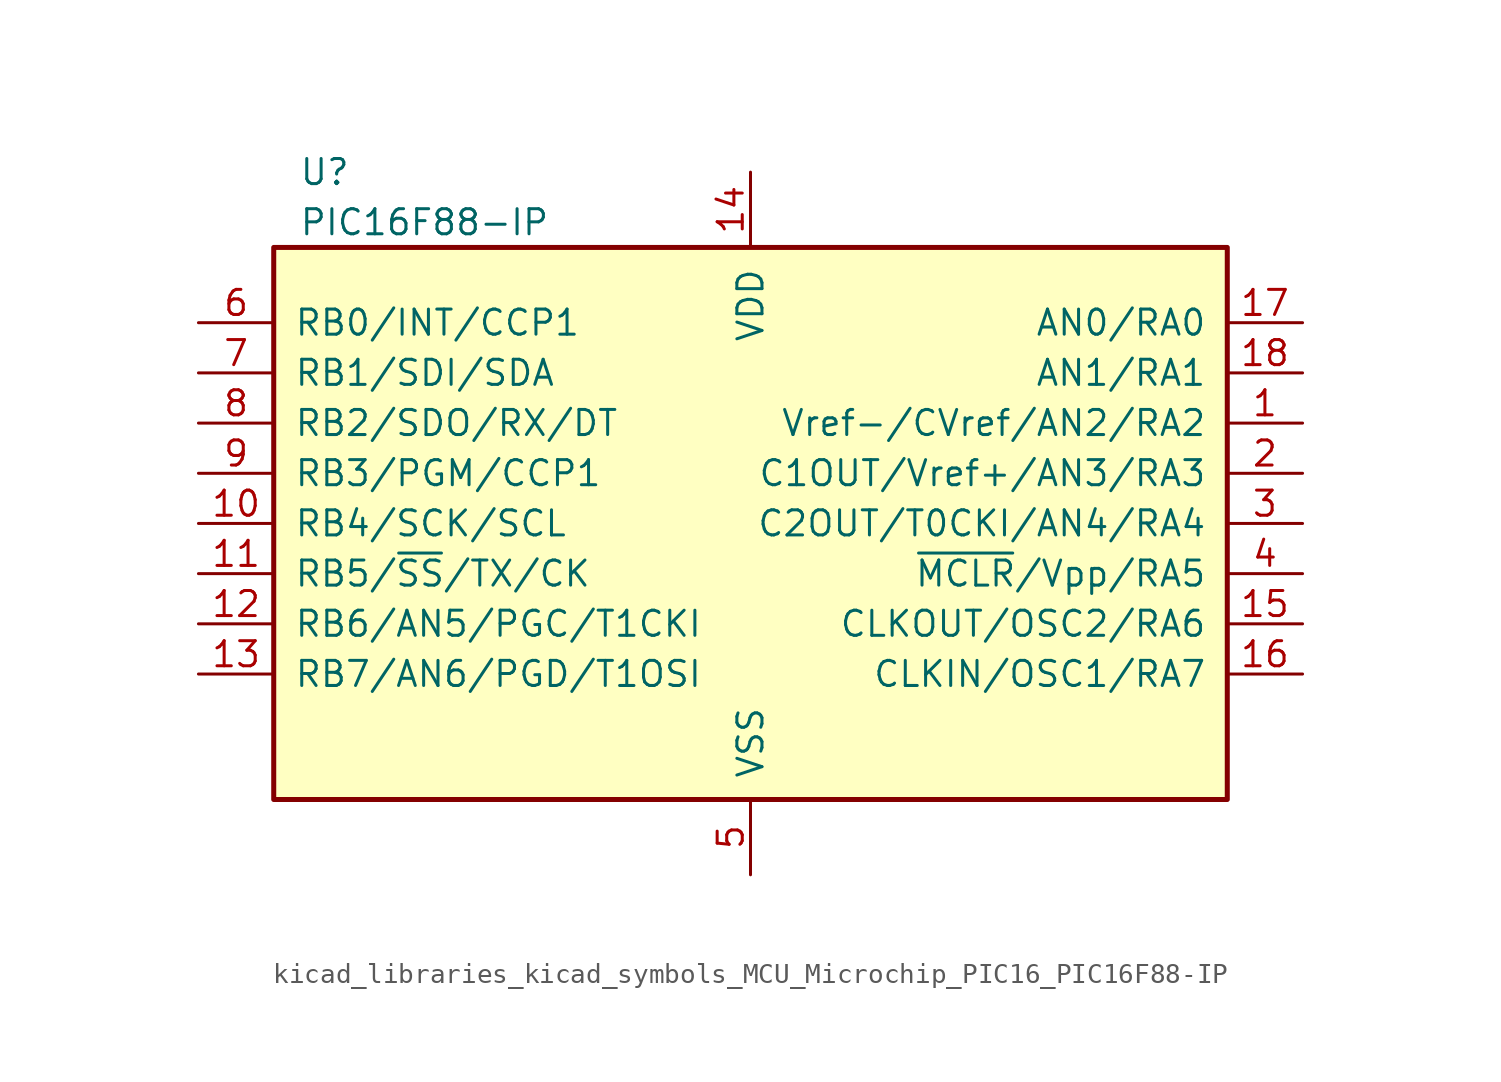
<source format=kicad_sym>
(kicad_symbol_lib
  (version 20220914)
  (generator kicad_symbol_editor)
  (symbol "kicad_libraries_kicad_symbols_MCU_Microchip_PIC16_PIC16F88-IP"
    (pin_names
      (offset 1.016))
    (property "Reference" "U"
      (at -22.86 17.78 0)
      (effects (font (size 1.27 1.27)) (justify left)))
    (property "Value" "PIC16F88-IP"
      (at -22.86 15.24 0)
      (effects (font (size 1.27 1.27)) (justify left)))
    (symbol "kicad_libraries_kicad_symbols_MCU_Microchip_PIC16_PIC16F88-IP_0_1"
      (rectangle (start 24.13 13.97) (end -24.13 -13.97) (stroke (width 0.254) (type default)) (fill (type background))))
    (symbol "kicad_libraries_kicad_symbols_MCU_Microchip_PIC16_PIC16F88-IP_1_1"
      (pin bidirectional line (at 27.94 5.08 180) (length 3.81) (name "Vref-/CVref/AN2/RA2" (effects (font (size 1.27 1.27)))) (number "1" (effects (font (size 1.27 1.27)))))
      (pin bidirectional line (at -27.94 0 0) (length 3.81) (name "RB4/SCK/SCL" (effects (font (size 1.27 1.27)))) (number "10" (effects (font (size 1.27 1.27)))))
      (pin bidirectional line (at -27.94 -2.54 0) (length 3.81) (name "RB5/~{SS}/TX/CK" (effects (font (size 1.27 1.27)))) (number "11" (effects (font (size 1.27 1.27)))))
      (pin bidirectional line (at -27.94 -5.08 0) (length 3.81) (name "RB6/AN5/PGC/T1CKI" (effects (font (size 1.27 1.27)))) (number "12" (effects (font (size 1.27 1.27)))))
      (pin bidirectional line (at -27.94 -7.62 0) (length 3.81) (name "RB7/AN6/PGD/T1OSI" (effects (font (size 1.27 1.27)))) (number "13" (effects (font (size 1.27 1.27)))))
      (pin power_in line (at 0 17.78 270) (length 3.81) (name "VDD" (effects (font (size 1.27 1.27)))) (number "14" (effects (font (size 1.27 1.27)))))
      (pin bidirectional line (at 27.94 -5.08 180) (length 3.81) (name "CLKOUT/OSC2/RA6" (effects (font (size 1.27 1.27)))) (number "15" (effects (font (size 1.27 1.27)))))
      (pin bidirectional line (at 27.94 -7.62 180) (length 3.81) (name "CLKIN/OSC1/RA7" (effects (font (size 1.27 1.27)))) (number "16" (effects (font (size 1.27 1.27)))))
      (pin bidirectional line (at 27.94 10.16 180) (length 3.81) (name "AN0/RA0" (effects (font (size 1.27 1.27)))) (number "17" (effects (font (size 1.27 1.27)))))
      (pin bidirectional line (at 27.94 7.62 180) (length 3.81) (name "AN1/RA1" (effects (font (size 1.27 1.27)))) (number "18" (effects (font (size 1.27 1.27)))))
      (pin bidirectional line (at 27.94 2.54 180) (length 3.81) (name "C1OUT/Vref+/AN3/RA3" (effects (font (size 1.27 1.27)))) (number "2" (effects (font (size 1.27 1.27)))))
      (pin bidirectional line (at 27.94 0 180) (length 3.81) (name "C2OUT/T0CKI/AN4/RA4" (effects (font (size 1.27 1.27)))) (number "3" (effects (font (size 1.27 1.27)))))
      (pin input line (at 27.94 -2.54 180) (length 3.81) (name "~{MCLR}/Vpp/RA5" (effects (font (size 1.27 1.27)))) (number "4" (effects (font (size 1.27 1.27)))))
      (pin power_in line (at 0 -17.78 90) (length 3.81) (name "VSS" (effects (font (size 1.27 1.27)))) (number "5" (effects (font (size 1.27 1.27)))))
      (pin bidirectional line (at -27.94 10.16 0) (length 3.81) (name "RB0/INT/CCP1" (effects (font (size 1.27 1.27)))) (number "6" (effects (font (size 1.27 1.27)))))
      (pin bidirectional line (at -27.94 7.62 0) (length 3.81) (name "RB1/SDI/SDA" (effects (font (size 1.27 1.27)))) (number "7" (effects (font (size 1.27 1.27)))))
      (pin bidirectional line (at -27.94 5.08 0) (length 3.81) (name "RB2/SDO/RX/DT" (effects (font (size 1.27 1.27)))) (number "8" (effects (font (size 1.27 1.27)))))
      (pin bidirectional line (at -27.94 2.54 0) (length 3.81) (name "RB3/PGM/CCP1" (effects (font (size 1.27 1.27)))) (number "9" (effects (font (size 1.27 1.27))))))))
</source>
